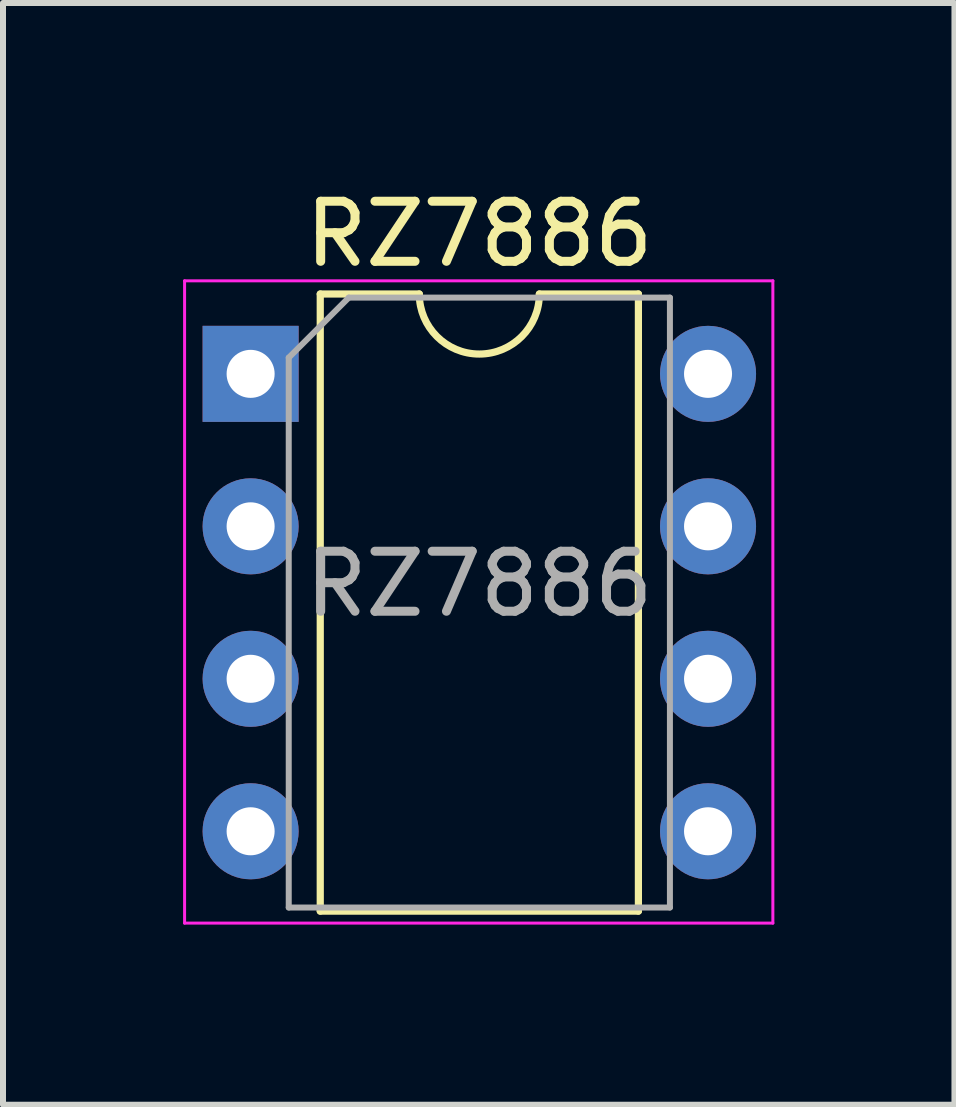
<source format=kicad_pcb>
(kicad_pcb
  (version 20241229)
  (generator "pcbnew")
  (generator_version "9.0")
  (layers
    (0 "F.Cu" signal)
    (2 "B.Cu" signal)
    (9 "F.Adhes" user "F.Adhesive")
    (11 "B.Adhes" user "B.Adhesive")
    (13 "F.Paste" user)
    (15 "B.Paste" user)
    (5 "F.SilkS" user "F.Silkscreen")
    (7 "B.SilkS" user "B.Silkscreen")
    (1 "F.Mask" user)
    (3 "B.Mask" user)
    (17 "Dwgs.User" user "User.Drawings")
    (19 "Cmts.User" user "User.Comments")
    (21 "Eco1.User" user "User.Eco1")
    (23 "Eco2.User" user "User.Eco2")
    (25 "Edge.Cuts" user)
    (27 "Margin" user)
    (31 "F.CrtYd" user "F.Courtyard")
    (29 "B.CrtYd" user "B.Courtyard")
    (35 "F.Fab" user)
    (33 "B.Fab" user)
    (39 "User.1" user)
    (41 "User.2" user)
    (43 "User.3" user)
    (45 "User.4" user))
  (footprint "RZ7886"
    (layer "F.Cu")
    (at 1.125 3.178)
    (property "Reference" "RZ7886" (at 3.81 -2.33 0) (layer "F.SilkS") (effects (font (size 1 1) (thickness 0.15))))
    (attr through_hole)
    (fp_line (start 1.16 -1.33) (end 1.16 8.95) (stroke (width 0.12) (type solid)) (layer "F.SilkS"))
    (fp_line (start 1.16 8.95) (end 6.46 8.95) (stroke (width 0.12) (type solid)) (layer "F.SilkS"))
    (fp_line (start 2.81 -1.33) (end 1.16 -1.33) (stroke (width 0.12) (type solid)) (layer "F.SilkS"))
    (fp_line (start 6.46 -1.33) (end 4.81 -1.33) (stroke (width 0.12) (type solid)) (layer "F.SilkS"))
    (fp_line (start 6.46 8.95) (end 6.46 -1.33) (stroke (width 0.12) (type solid)) (layer "F.SilkS"))
    (fp_arc (start 4.81 -1.33) (mid 3.81 -0.33) (end 2.81 -1.33) (stroke (width 0.12) (type solid)) (layer "F.SilkS"))
    (fp_line (start -1.1 -1.55) (end -1.1 9.15) (stroke (width 0.05) (type solid)) (layer "F.CrtYd"))
    (fp_line (start -1.1 9.15) (end 8.7 9.15) (stroke (width 0.05) (type solid)) (layer "F.CrtYd"))
    (fp_line (start 8.7 -1.55) (end -1.1 -1.55) (stroke (width 0.05) (type solid)) (layer "F.CrtYd"))
    (fp_line (start 8.7 9.15) (end 8.7 -1.55) (stroke (width 0.05) (type solid)) (layer "F.CrtYd"))
    (fp_line (start 0.635 -0.27) (end 1.635 -1.27) (stroke (width 0.1) (type solid)) (layer "F.Fab"))
    (fp_line (start 0.635 8.89) (end 0.635 -0.27) (stroke (width 0.1) (type solid)) (layer "F.Fab"))
    (fp_line (start 1.635 -1.27) (end 6.985 -1.27) (stroke (width 0.1) (type solid)) (layer "F.Fab"))
    (fp_line (start 6.985 -1.27) (end 6.985 8.89) (stroke (width 0.1) (type solid)) (layer "F.Fab"))
    (fp_line (start 6.985 8.89) (end 0.635 8.89) (stroke (width 0.1) (type solid)) (layer "F.Fab"))
    (fp_text user "RZ7886" (at 3.81 3.5 0) (layer "F.Fab") (effects (font (size 1 1) (thickness 0.15))))
    (pad "1" thru_hole rect (at 0 0) (size 1.6 1.6) (drill 0.8) (layers "*.Cu" "*.Mask"))
    (pad "2" thru_hole oval (at 0 2.54) (size 1.6 1.6) (drill 0.8) (layers "*.Cu" "*.Mask"))
    (pad "3" thru_hole oval (at 0 5.08) (size 1.6 1.6) (drill 0.8) (layers "*.Cu" "*.Mask"))
    (pad "4" thru_hole oval (at 0 7.62) (size 1.6 1.6) (drill 0.8) (layers "*.Cu" "*.Mask"))
    (pad "5" thru_hole oval (at 7.62 7.62) (size 1.6 1.6) (drill 0.8) (layers "*.Cu" "*.Mask"))
    (pad "6" thru_hole oval (at 7.62 5.08) (size 1.6 1.6) (drill 0.8) (layers "*.Cu" "*.Mask"))
    (pad "7" thru_hole oval (at 7.62 2.54) (size 1.6 1.6) (drill 0.8) (layers "*.Cu" "*.Mask"))
    (pad "8" thru_hole oval (at 7.62 0) (size 1.6 1.6) (drill 0.8) (layers "*.Cu" "*.Mask")))
  (gr_rect
    (start -3 -3)
    (end 12.85 15.353)
    (stroke (width 0.1) (type default))
    (fill no)
    (layer "Edge.Cuts")))
</source>
